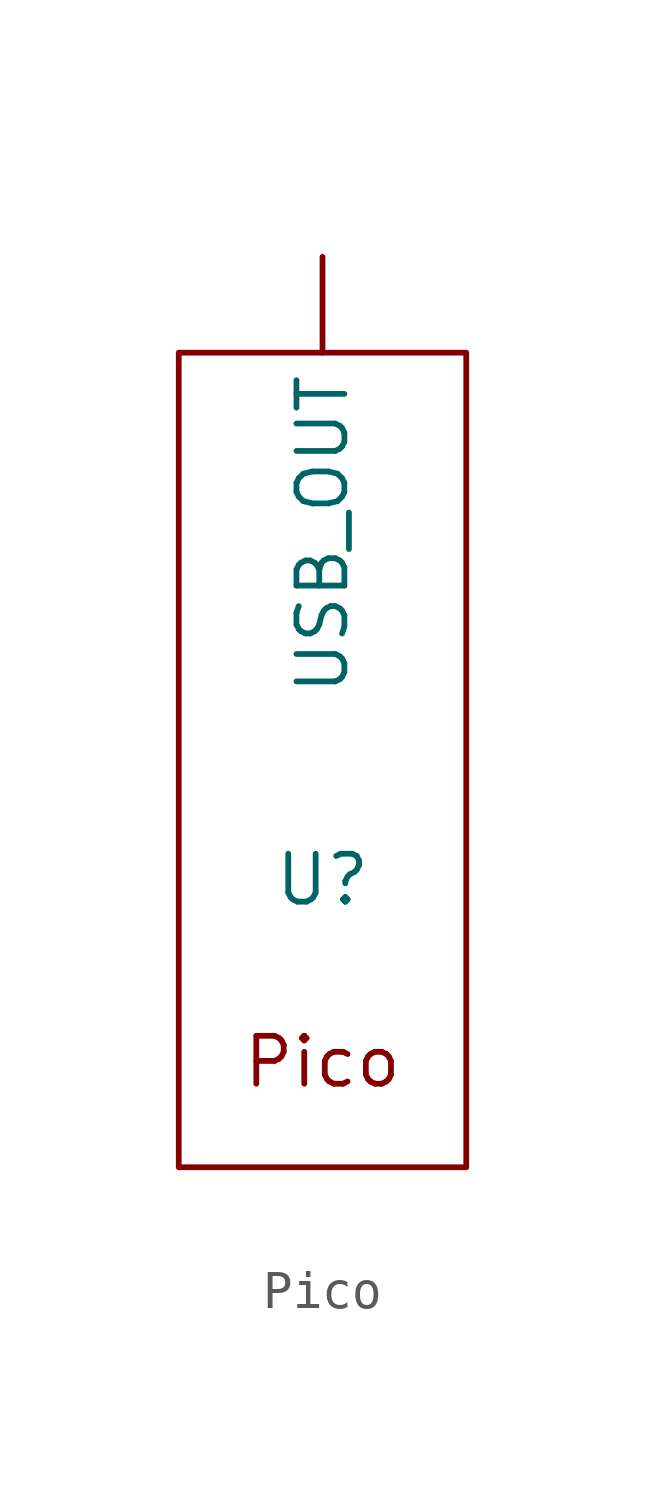
<source format=kicad_sym>
(kicad_symbol_lib
  (version 20241209)
  (generator "kicad_symbol_editor")
  (generator_version "9.0")
  (symbol "Pico"
    (property "Reference" "U"
      (at 0 0 0)
      (effects (font (size 1.27 1.27))))
    (property "Value" ""
      (at 0 0 0)
      (effects (font (size 1.27 1.27))))
    (symbol "Pico_0_1"
      (rectangle (start -3.81 13.97) (end 3.81 -7.62) (stroke (width 0) (type default)) (fill (type none))))
    (symbol "Pico_1_1"
      (text "Pico" (at 0 -4.826 0) (effects (font (size 1.27 1.27))))
      (pin output line (at 0 16.51 270) (length 2.54) (name "USB_OUT" (effects (font (size 1.27 1.27)))) (number "" (effects (font (size 1.27 1.27))))))))
</source>
